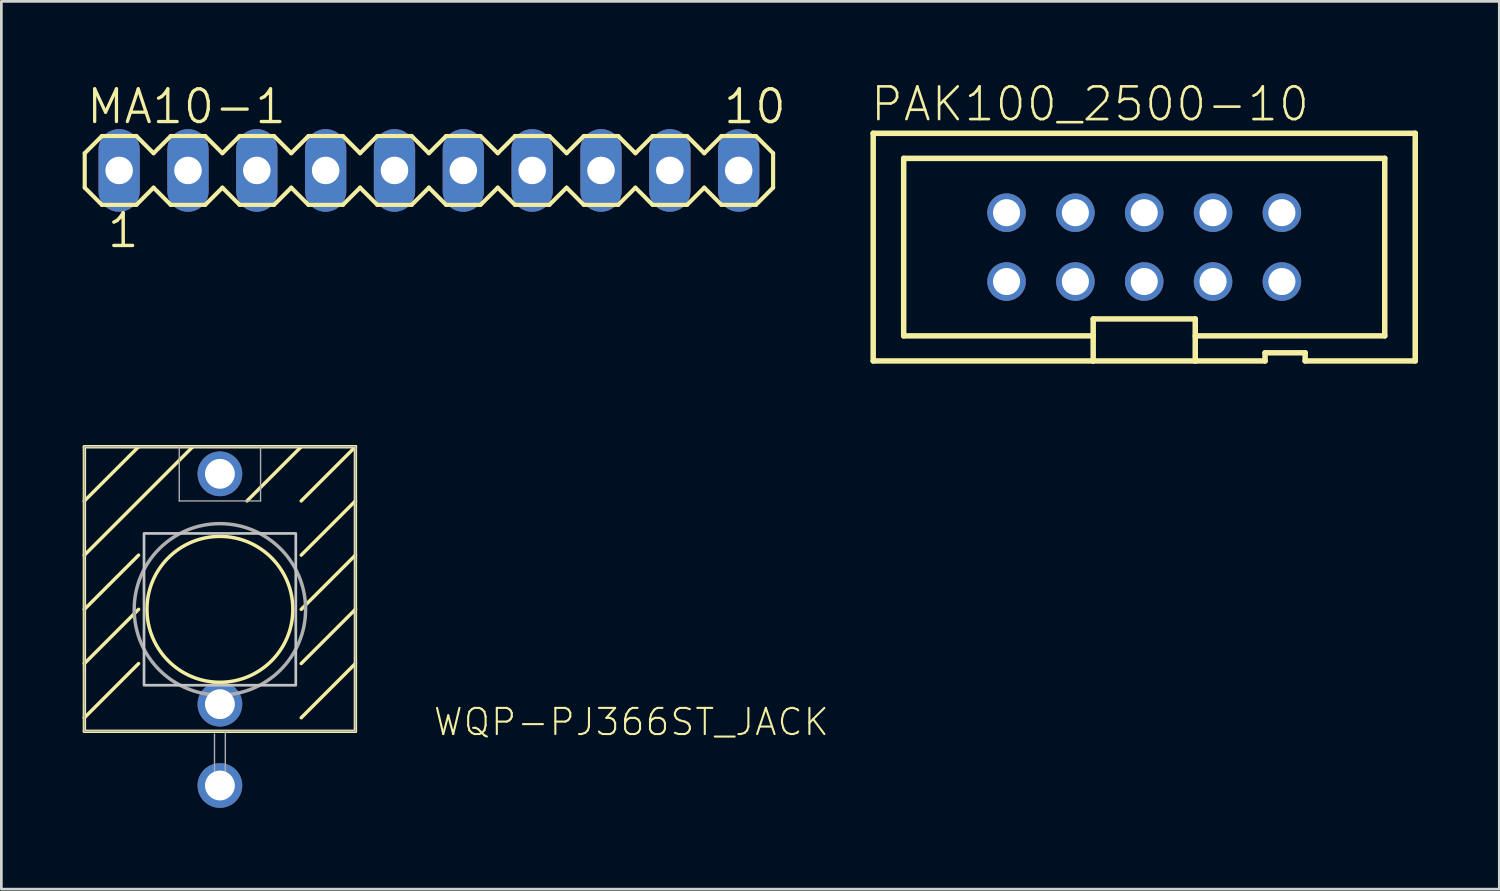
<source format=kicad_pcb>
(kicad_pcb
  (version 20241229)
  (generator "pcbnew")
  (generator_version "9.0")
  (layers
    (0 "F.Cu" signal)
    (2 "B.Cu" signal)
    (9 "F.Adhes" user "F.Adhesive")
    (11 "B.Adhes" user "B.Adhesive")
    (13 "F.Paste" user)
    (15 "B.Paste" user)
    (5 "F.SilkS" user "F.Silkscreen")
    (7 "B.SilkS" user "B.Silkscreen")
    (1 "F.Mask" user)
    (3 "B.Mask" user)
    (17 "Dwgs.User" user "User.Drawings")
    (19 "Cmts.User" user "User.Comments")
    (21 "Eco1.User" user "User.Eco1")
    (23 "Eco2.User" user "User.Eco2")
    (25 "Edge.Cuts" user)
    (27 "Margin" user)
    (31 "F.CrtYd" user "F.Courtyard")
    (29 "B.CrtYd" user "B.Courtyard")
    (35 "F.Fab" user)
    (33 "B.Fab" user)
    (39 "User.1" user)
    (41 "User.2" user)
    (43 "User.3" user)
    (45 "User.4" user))
  (footprint "WQP-PJ366ST_JACK"
    (layer "F.Cu")
    (at 5.064 19.433)
    (property "Reference" "WQP-PJ366ST_JACK" (at 7.823 4.724 180) (layer "F.SilkS") (effects (font (size 0.965 0.965) (thickness 0.077)) (justify left bottom)))
    (attr through_hole)
    (fp_line (start -5 -6) (end -3 -6) (stroke (width 0.127) (type solid)) (layer "F.SilkS"))
    (fp_line (start -5 -4) (end -5 -6) (stroke (width 0.127) (type solid)) (layer "F.SilkS"))
    (fp_line (start -5 -4) (end -3 -6) (stroke (width 0.127) (type solid)) (layer "F.SilkS"))
    (fp_line (start -5 -2) (end -5 -4) (stroke (width 0.127) (type solid)) (layer "F.SilkS"))
    (fp_line (start -5 0) (end -5 -2) (stroke (width 0.127) (type solid)) (layer "F.SilkS"))
    (fp_line (start -5 2) (end -5 0) (stroke (width 0.127) (type solid)) (layer "F.SilkS"))
    (fp_line (start -5 4) (end -5 2) (stroke (width 0.127) (type solid)) (layer "F.SilkS"))
    (fp_line (start -5 4.5) (end -5 4) (stroke (width 0.127) (type solid)) (layer "F.SilkS"))
    (fp_line (start -3 -6) (end -1 -6) (stroke (width 0.127) (type solid)) (layer "F.SilkS"))
    (fp_line (start -3 -2) (end -5 0) (stroke (width 0.127) (type solid)) (layer "F.SilkS"))
    (fp_line (start -3 0) (end -5 2) (stroke (width 0.127) (type solid)) (layer "F.SilkS"))
    (fp_line (start -3 2) (end -5 4) (stroke (width 0.127) (type solid)) (layer "F.SilkS"))
    (fp_line (start -1 -6) (end -5 -2) (stroke (width 0.127) (type solid)) (layer "F.SilkS"))
    (fp_line (start -1 -6) (end 3 -6) (stroke (width 0.127) (type solid)) (layer "F.SilkS"))
    (fp_line (start 3 -6) (end 1 -4) (stroke (width 0.127) (type solid)) (layer "F.SilkS"))
    (fp_line (start 3 -6) (end 5 -6) (stroke (width 0.127) (type solid)) (layer "F.SilkS"))
    (fp_line (start 3 -4) (end 5 -6) (stroke (width 0.127) (type solid)) (layer "F.SilkS"))
    (fp_line (start 3 -2) (end 5 -4) (stroke (width 0.127) (type solid)) (layer "F.SilkS"))
    (fp_line (start 3 0) (end 5 -2) (stroke (width 0.127) (type solid)) (layer "F.SilkS"))
    (fp_line (start 3 2) (end 5 0) (stroke (width 0.127) (type solid)) (layer "F.SilkS"))
    (fp_line (start 3 4) (end 5 2) (stroke (width 0.127) (type solid)) (layer "F.SilkS"))
    (fp_line (start 5 -6) (end 5 -4) (stroke (width 0.127) (type solid)) (layer "F.SilkS"))
    (fp_line (start 5 -4) (end 5 -2) (stroke (width 0.127) (type solid)) (layer "F.SilkS"))
    (fp_line (start 5 -2) (end 5 0) (stroke (width 0.127) (type solid)) (layer "F.SilkS"))
    (fp_line (start 5 0) (end 5 2) (stroke (width 0.127) (type solid)) (layer "F.SilkS"))
    (fp_line (start 5 2) (end 5 4.5) (stroke (width 0.127) (type solid)) (layer "F.SilkS"))
    (fp_line (start 5 4.5) (end -5 4.5) (stroke (width 0.127) (type solid)) (layer "F.SilkS"))
    (fp_circle (center 0 0) (end 2.691 0) (stroke (width 0.127) (type solid)) (fill no) (layer "F.SilkS"))
    (fp_poly (pts (xy -2.8 2.8) (xy 2.8 2.8) (xy 2.8 -2.8) (xy -2.8 -2.8)) (stroke (width 0.1) (type solid)) (fill no) (layer "Dwgs.User"))
    (fp_line (start -5 -6) (end -5 4.5) (stroke (width 0.051) (type solid)) (layer "F.Fab"))
    (fp_line (start -5 -6) (end -1.5 -6) (stroke (width 0.051) (type solid)) (layer "F.Fab"))
    (fp_line (start -5 4.5) (end 0.2 4.5) (stroke (width 0.051) (type solid)) (layer "F.Fab"))
    (fp_line (start -1.5 -6) (end -1.5 -4) (stroke (width 0.051) (type solid)) (layer "F.Fab"))
    (fp_line (start -1.5 -6) (end 1.5 -6) (stroke (width 0.051) (type solid)) (layer "F.Fab"))
    (fp_line (start -1.5 -4) (end 1.5 -4) (stroke (width 0.051) (type solid)) (layer "F.Fab"))
    (fp_line (start -0.2 4.6) (end -0.2 6.7) (stroke (width 0.051) (type solid)) (layer "F.Fab"))
    (fp_line (start -0.2 6.7) (end 0.2 6.7) (stroke (width 0.051) (type solid)) (layer "F.Fab"))
    (fp_line (start 0.2 4.5) (end 5 4.5) (stroke (width 0.051) (type solid)) (layer "F.Fab"))
    (fp_line (start 0.2 6.7) (end 0.2 4.5) (stroke (width 0.051) (type solid)) (layer "F.Fab"))
    (fp_line (start 1.5 -6) (end 5 -6) (stroke (width 0.051) (type solid)) (layer "F.Fab"))
    (fp_line (start 1.5 -4) (end 1.5 -6) (stroke (width 0.051) (type solid)) (layer "F.Fab"))
    (fp_line (start 5 4.5) (end 5 -6) (stroke (width 0.051) (type solid)) (layer "F.Fab"))
    (fp_circle (center 0 0) (end 3.162 0) (stroke (width 0.127) (type solid)) (fill no) (layer "F.Fab"))
    (pad "P$1_TIP" thru_hole circle (at 0 -5) (size 1.65 1.65) (drill 1.1) (layers "*.Cu" "*.Mask"))
    (pad "P$2_SWITCH" thru_hole circle (at 0 3.5) (size 1.65 1.65) (drill 1.1) (layers "*.Cu" "*.Mask"))
    (pad "P$3_SLEEVE" thru_hole circle (at 0 6.5) (size 1.65 1.65) (drill 1.1) (layers "*.Cu" "*.Mask")))
  (footprint "MA10-1"
    (layer "F.Cu")
    (at 12.776 3.239)
    (property "Reference" "MA10-1" (at -12.7 -1.651 180) (layer "F.SilkS") (effects (font (size 1.206 1.206) (thickness 0.121)) (justify left bottom)))
    (attr through_hole)
    (fp_line (start -12.7 -0.635) (end -12.7 0.635) (stroke (width 0.152) (type solid)) (layer "F.SilkS"))
    (fp_line (start -12.7 0.635) (end -12.065 1.27) (stroke (width 0.152) (type solid)) (layer "F.SilkS"))
    (fp_line (start -12.065 -1.27) (end -12.7 -0.635) (stroke (width 0.152) (type solid)) (layer "F.SilkS"))
    (fp_line (start -12.065 -1.27) (end -10.795 -1.27) (stroke (width 0.152) (type solid)) (layer "F.SilkS"))
    (fp_line (start -10.795 -1.27) (end -10.16 -0.635) (stroke (width 0.152) (type solid)) (layer "F.SilkS"))
    (fp_line (start -10.795 1.27) (end -12.065 1.27) (stroke (width 0.152) (type solid)) (layer "F.SilkS"))
    (fp_line (start -10.16 -0.635) (end -9.525 -1.27) (stroke (width 0.152) (type solid)) (layer "F.SilkS"))
    (fp_line (start -10.16 0.635) (end -10.795 1.27) (stroke (width 0.152) (type solid)) (layer "F.SilkS"))
    (fp_line (start -9.525 -1.27) (end -8.255 -1.27) (stroke (width 0.152) (type solid)) (layer "F.SilkS"))
    (fp_line (start -9.525 1.27) (end -10.16 0.635) (stroke (width 0.152) (type solid)) (layer "F.SilkS"))
    (fp_line (start -8.255 -1.27) (end -7.62 -0.635) (stroke (width 0.152) (type solid)) (layer "F.SilkS"))
    (fp_line (start -8.255 1.27) (end -9.525 1.27) (stroke (width 0.152) (type solid)) (layer "F.SilkS"))
    (fp_line (start -7.62 -0.635) (end -6.985 -1.27) (stroke (width 0.152) (type solid)) (layer "F.SilkS"))
    (fp_line (start -7.62 0.635) (end -8.255 1.27) (stroke (width 0.152) (type solid)) (layer "F.SilkS"))
    (fp_line (start -6.985 -1.27) (end -5.715 -1.27) (stroke (width 0.152) (type solid)) (layer "F.SilkS"))
    (fp_line (start -6.985 1.27) (end -7.62 0.635) (stroke (width 0.152) (type solid)) (layer "F.SilkS"))
    (fp_line (start -5.715 -1.27) (end -5.08 -0.635) (stroke (width 0.152) (type solid)) (layer "F.SilkS"))
    (fp_line (start -5.715 1.27) (end -6.985 1.27) (stroke (width 0.152) (type solid)) (layer "F.SilkS"))
    (fp_line (start -5.08 0.635) (end -5.715 1.27) (stroke (width 0.152) (type solid)) (layer "F.SilkS"))
    (fp_line (start -5.08 0.635) (end -4.445 1.27) (stroke (width 0.152) (type solid)) (layer "F.SilkS"))
    (fp_line (start -4.445 -1.27) (end -5.08 -0.635) (stroke (width 0.152) (type solid)) (layer "F.SilkS"))
    (fp_line (start -4.445 -1.27) (end -3.175 -1.27) (stroke (width 0.152) (type solid)) (layer "F.SilkS"))
    (fp_line (start -3.175 -1.27) (end -2.54 -0.635) (stroke (width 0.152) (type solid)) (layer "F.SilkS"))
    (fp_line (start -3.175 1.27) (end -4.445 1.27) (stroke (width 0.152) (type solid)) (layer "F.SilkS"))
    (fp_line (start -2.54 0.635) (end -3.175 1.27) (stroke (width 0.152) (type solid)) (layer "F.SilkS"))
    (fp_line (start -2.54 0.635) (end -1.905 1.27) (stroke (width 0.152) (type solid)) (layer "F.SilkS"))
    (fp_line (start -1.905 -1.27) (end -2.54 -0.635) (stroke (width 0.152) (type solid)) (layer "F.SilkS"))
    (fp_line (start -1.905 -1.27) (end -0.635 -1.27) (stroke (width 0.152) (type solid)) (layer "F.SilkS"))
    (fp_line (start -0.635 -1.27) (end 0 -0.635) (stroke (width 0.152) (type solid)) (layer "F.SilkS"))
    (fp_line (start -0.635 1.27) (end -1.905 1.27) (stroke (width 0.152) (type solid)) (layer "F.SilkS"))
    (fp_line (start 0 -0.635) (end 0.635 -1.27) (stroke (width 0.152) (type solid)) (layer "F.SilkS"))
    (fp_line (start 0 0.635) (end -0.635 1.27) (stroke (width 0.152) (type solid)) (layer "F.SilkS"))
    (fp_line (start 0.635 -1.27) (end 1.905 -1.27) (stroke (width 0.152) (type solid)) (layer "F.SilkS"))
    (fp_line (start 0.635 1.27) (end 0 0.635) (stroke (width 0.152) (type solid)) (layer "F.SilkS"))
    (fp_line (start 1.905 -1.27) (end 2.54 -0.635) (stroke (width 0.152) (type solid)) (layer "F.SilkS"))
    (fp_line (start 1.905 1.27) (end 0.635 1.27) (stroke (width 0.152) (type solid)) (layer "F.SilkS"))
    (fp_line (start 2.54 -0.635) (end 3.175 -1.27) (stroke (width 0.152) (type solid)) (layer "F.SilkS"))
    (fp_line (start 2.54 0.635) (end 1.905 1.27) (stroke (width 0.152) (type solid)) (layer "F.SilkS"))
    (fp_line (start 3.175 -1.27) (end 4.445 -1.27) (stroke (width 0.152) (type solid)) (layer "F.SilkS"))
    (fp_line (start 3.175 1.27) (end 2.54 0.635) (stroke (width 0.152) (type solid)) (layer "F.SilkS"))
    (fp_line (start 4.445 -1.27) (end 5.08 -0.635) (stroke (width 0.152) (type solid)) (layer "F.SilkS"))
    (fp_line (start 4.445 1.27) (end 3.175 1.27) (stroke (width 0.152) (type solid)) (layer "F.SilkS"))
    (fp_line (start 5.08 0.635) (end 4.445 1.27) (stroke (width 0.152) (type solid)) (layer "F.SilkS"))
    (fp_line (start 5.08 0.635) (end 5.715 1.27) (stroke (width 0.152) (type solid)) (layer "F.SilkS"))
    (fp_line (start 5.715 -1.27) (end 5.08 -0.635) (stroke (width 0.152) (type solid)) (layer "F.SilkS"))
    (fp_line (start 5.715 -1.27) (end 6.985 -1.27) (stroke (width 0.152) (type solid)) (layer "F.SilkS"))
    (fp_line (start 6.985 -1.27) (end 7.62 -0.635) (stroke (width 0.152) (type solid)) (layer "F.SilkS"))
    (fp_line (start 6.985 1.27) (end 5.715 1.27) (stroke (width 0.152) (type solid)) (layer "F.SilkS"))
    (fp_line (start 7.62 0.635) (end 6.985 1.27) (stroke (width 0.152) (type solid)) (layer "F.SilkS"))
    (fp_line (start 7.62 0.635) (end 8.255 1.27) (stroke (width 0.152) (type solid)) (layer "F.SilkS"))
    (fp_line (start 8.255 -1.27) (end 7.62 -0.635) (stroke (width 0.152) (type solid)) (layer "F.SilkS"))
    (fp_line (start 8.255 -1.27) (end 9.525 -1.27) (stroke (width 0.152) (type solid)) (layer "F.SilkS"))
    (fp_line (start 9.525 -1.27) (end 10.16 -0.635) (stroke (width 0.152) (type solid)) (layer "F.SilkS"))
    (fp_line (start 9.525 1.27) (end 8.255 1.27) (stroke (width 0.152) (type solid)) (layer "F.SilkS"))
    (fp_line (start 10.16 -0.635) (end 10.795 -1.27) (stroke (width 0.152) (type solid)) (layer "F.SilkS"))
    (fp_line (start 10.16 0.635) (end 9.525 1.27) (stroke (width 0.152) (type solid)) (layer "F.SilkS"))
    (fp_line (start 10.795 -1.27) (end 12.065 -1.27) (stroke (width 0.152) (type solid)) (layer "F.SilkS"))
    (fp_line (start 10.795 1.27) (end 10.16 0.635) (stroke (width 0.152) (type solid)) (layer "F.SilkS"))
    (fp_line (start 12.065 -1.27) (end 12.7 -0.635) (stroke (width 0.152) (type solid)) (layer "F.SilkS"))
    (fp_line (start 12.065 1.27) (end 10.795 1.27) (stroke (width 0.152) (type solid)) (layer "F.SilkS"))
    (fp_line (start 12.7 -0.635) (end 12.7 0.635) (stroke (width 0.152) (type solid)) (layer "F.SilkS"))
    (fp_line (start 12.7 0.635) (end 12.065 1.27) (stroke (width 0.152) (type solid)) (layer "F.SilkS"))
    (fp_poly (pts (xy -11.684 0.254) (xy -11.176 0.254) (xy -11.176 -0.254) (xy -11.684 -0.254)) (stroke (width 0.1) (type solid)) (fill no) (layer "F.Fab"))
    (fp_poly (pts (xy -9.144 0.254) (xy -8.636 0.254) (xy -8.636 -0.254) (xy -9.144 -0.254)) (stroke (width 0.1) (type solid)) (fill no) (layer "F.Fab"))
    (fp_poly (pts (xy -6.604 0.254) (xy -6.096 0.254) (xy -6.096 -0.254) (xy -6.604 -0.254)) (stroke (width 0.1) (type solid)) (fill no) (layer "F.Fab"))
    (fp_poly (pts (xy -4.064 0.254) (xy -3.556 0.254) (xy -3.556 -0.254) (xy -4.064 -0.254)) (stroke (width 0.1) (type solid)) (fill no) (layer "F.Fab"))
    (fp_poly (pts (xy -1.524 0.254) (xy -1.016 0.254) (xy -1.016 -0.254) (xy -1.524 -0.254)) (stroke (width 0.1) (type solid)) (fill no) (layer "F.Fab"))
    (fp_poly (pts (xy 1.016 0.254) (xy 1.524 0.254) (xy 1.524 -0.254) (xy 1.016 -0.254)) (stroke (width 0.1) (type solid)) (fill no) (layer "F.Fab"))
    (fp_poly (pts (xy 3.556 0.254) (xy 4.064 0.254) (xy 4.064 -0.254) (xy 3.556 -0.254)) (stroke (width 0.1) (type solid)) (fill no) (layer "F.Fab"))
    (fp_poly (pts (xy 6.096 0.254) (xy 6.604 0.254) (xy 6.604 -0.254) (xy 6.096 -0.254)) (stroke (width 0.1) (type solid)) (fill no) (layer "F.Fab"))
    (fp_poly (pts (xy 8.636 0.254) (xy 9.144 0.254) (xy 9.144 -0.254) (xy 8.636 -0.254)) (stroke (width 0.1) (type solid)) (fill no) (layer "F.Fab"))
    (fp_poly (pts (xy 11.176 0.254) (xy 11.684 0.254) (xy 11.684 -0.254) (xy 11.176 -0.254)) (stroke (width 0.1) (type solid)) (fill no) (layer "F.Fab"))
    (fp_text user "1" (at -11.938 2.921 0) (layer "F.SilkS") (effects (font (size 1.206 1.206) (thickness 0.127)) (justify left bottom)))
    (fp_text user "10" (at 10.795 -1.651 0) (layer "F.SilkS") (effects (font (size 1.206 1.206) (thickness 0.127)) (justify left bottom)))
    (pad "1" thru_hole oval (at -11.43 0 90) (size 3.048 1.524) (drill 1.016) (layers "*.Cu" "*.Mask"))
    (pad "2" thru_hole oval (at -8.89 0 90) (size 3.048 1.524) (drill 1.016) (layers "*.Cu" "*.Mask"))
    (pad "3" thru_hole oval (at -6.35 0 90) (size 3.048 1.524) (drill 1.016) (layers "*.Cu" "*.Mask"))
    (pad "4" thru_hole oval (at -3.81 0 90) (size 3.048 1.524) (drill 1.016) (layers "*.Cu" "*.Mask"))
    (pad "5" thru_hole oval (at -1.27 0 90) (size 3.048 1.524) (drill 1.016) (layers "*.Cu" "*.Mask"))
    (pad "6" thru_hole oval (at 1.27 0 90) (size 3.048 1.524) (drill 1.016) (layers "*.Cu" "*.Mask"))
    (pad "7" thru_hole oval (at 3.81 0 90) (size 3.048 1.524) (drill 1.016) (layers "*.Cu" "*.Mask"))
    (pad "8" thru_hole oval (at 6.35 0 90) (size 3.048 1.524) (drill 1.016) (layers "*.Cu" "*.Mask"))
    (pad "9" thru_hole oval (at 8.89 0 90) (size 3.048 1.524) (drill 1.016) (layers "*.Cu" "*.Mask"))
    (pad "10" thru_hole oval (at 11.43 0 90) (size 3.048 1.524) (drill 1.016) (layers "*.Cu" "*.Mask")))
  (footprint "PAK100_2500-10"
    (layer "F.Cu")
    (at 39.169 6.068)
    (property "Reference" "PAK100_2500-10" (at -10.16 -4.572 0) (layer "F.SilkS") (effects (font (size 1.206 1.206) (thickness 0.097)) (justify left bottom)))
    (attr through_hole)
    (fp_line (start -10 -4.2) (end 10 -4.2) (stroke (width 0.203) (type solid)) (layer "F.SilkS"))
    (fp_line (start -10 4.2) (end -10 -4.2) (stroke (width 0.203) (type solid)) (layer "F.SilkS"))
    (fp_line (start -8.875 -3.275) (end 8.875 -3.275) (stroke (width 0.203) (type solid)) (layer "F.SilkS"))
    (fp_line (start -8.875 3.275) (end -8.875 -3.275) (stroke (width 0.203) (type solid)) (layer "F.SilkS"))
    (fp_line (start -1.883 2.65) (end -1.883 4.2) (stroke (width 0.203) (type solid)) (layer "F.SilkS"))
    (fp_line (start -1.883 3.275) (end -8.875 3.275) (stroke (width 0.203) (type solid)) (layer "F.SilkS"))
    (fp_line (start -1.883 4.2) (end -10 4.2) (stroke (width 0.203) (type solid)) (layer "F.SilkS"))
    (fp_line (start 1.883 2.65) (end -1.883 2.65) (stroke (width 0.203) (type solid)) (layer "F.SilkS"))
    (fp_line (start 1.883 4.2) (end -1.883 4.2) (stroke (width 0.203) (type solid)) (layer "F.SilkS"))
    (fp_line (start 1.883 4.2) (end 1.883 2.65) (stroke (width 0.203) (type solid)) (layer "F.SilkS"))
    (fp_line (start 4.459 3.9) (end 4.459 4.2) (stroke (width 0.203) (type solid)) (layer "F.SilkS"))
    (fp_line (start 4.459 4.2) (end 1.883 4.2) (stroke (width 0.203) (type solid)) (layer "F.SilkS"))
    (fp_line (start 5.938 3.9) (end 4.459 3.9) (stroke (width 0.203) (type solid)) (layer "F.SilkS"))
    (fp_line (start 5.938 4.2) (end 5.938 3.9) (stroke (width 0.203) (type solid)) (layer "F.SilkS"))
    (fp_line (start 8.875 -3.275) (end 8.875 3.275) (stroke (width 0.203) (type solid)) (layer "F.SilkS"))
    (fp_line (start 8.875 3.275) (end 1.883 3.275) (stroke (width 0.203) (type solid)) (layer "F.SilkS"))
    (fp_line (start 10 -4.2) (end 10 4.2) (stroke (width 0.203) (type solid)) (layer "F.SilkS"))
    (fp_line (start 10 4.2) (end 5.938 4.2) (stroke (width 0.203) (type solid)) (layer "F.SilkS"))
    (pad "1" thru_hole circle (at -5.08 1.27) (size 1.422 1.422) (drill 1) (layers "*.Cu" "*.Mask"))
    (pad "2" thru_hole circle (at -5.08 -1.27) (size 1.422 1.422) (drill 1) (layers "*.Cu" "*.Mask"))
    (pad "3" thru_hole circle (at -2.54 1.27) (size 1.422 1.422) (drill 1) (layers "*.Cu" "*.Mask"))
    (pad "4" thru_hole circle (at -2.54 -1.27) (size 1.422 1.422) (drill 1) (layers "*.Cu" "*.Mask"))
    (pad "5" thru_hole circle (at 0 1.27) (size 1.422 1.422) (drill 1) (layers "*.Cu" "*.Mask"))
    (pad "6" thru_hole circle (at 0 -1.27) (size 1.422 1.422) (drill 1) (layers "*.Cu" "*.Mask"))
    (pad "7" thru_hole circle (at 2.54 1.27) (size 1.422 1.422) (drill 1) (layers "*.Cu" "*.Mask"))
    (pad "8" thru_hole circle (at 2.54 -1.27) (size 1.422 1.422) (drill 1) (layers "*.Cu" "*.Mask"))
    (pad "9" thru_hole circle (at 5.08 1.27) (size 1.422 1.422) (drill 1) (layers "*.Cu" "*.Mask"))
    (pad "10" thru_hole circle (at 5.08 -1.27) (size 1.422 1.422) (drill 1) (layers "*.Cu" "*.Mask")))
  (gr_rect
    (start -3 -3)
    (end 52.271 29.758)
    (stroke (width 0.1) (type default))
    (fill no)
    (layer "Edge.Cuts")))
</source>
